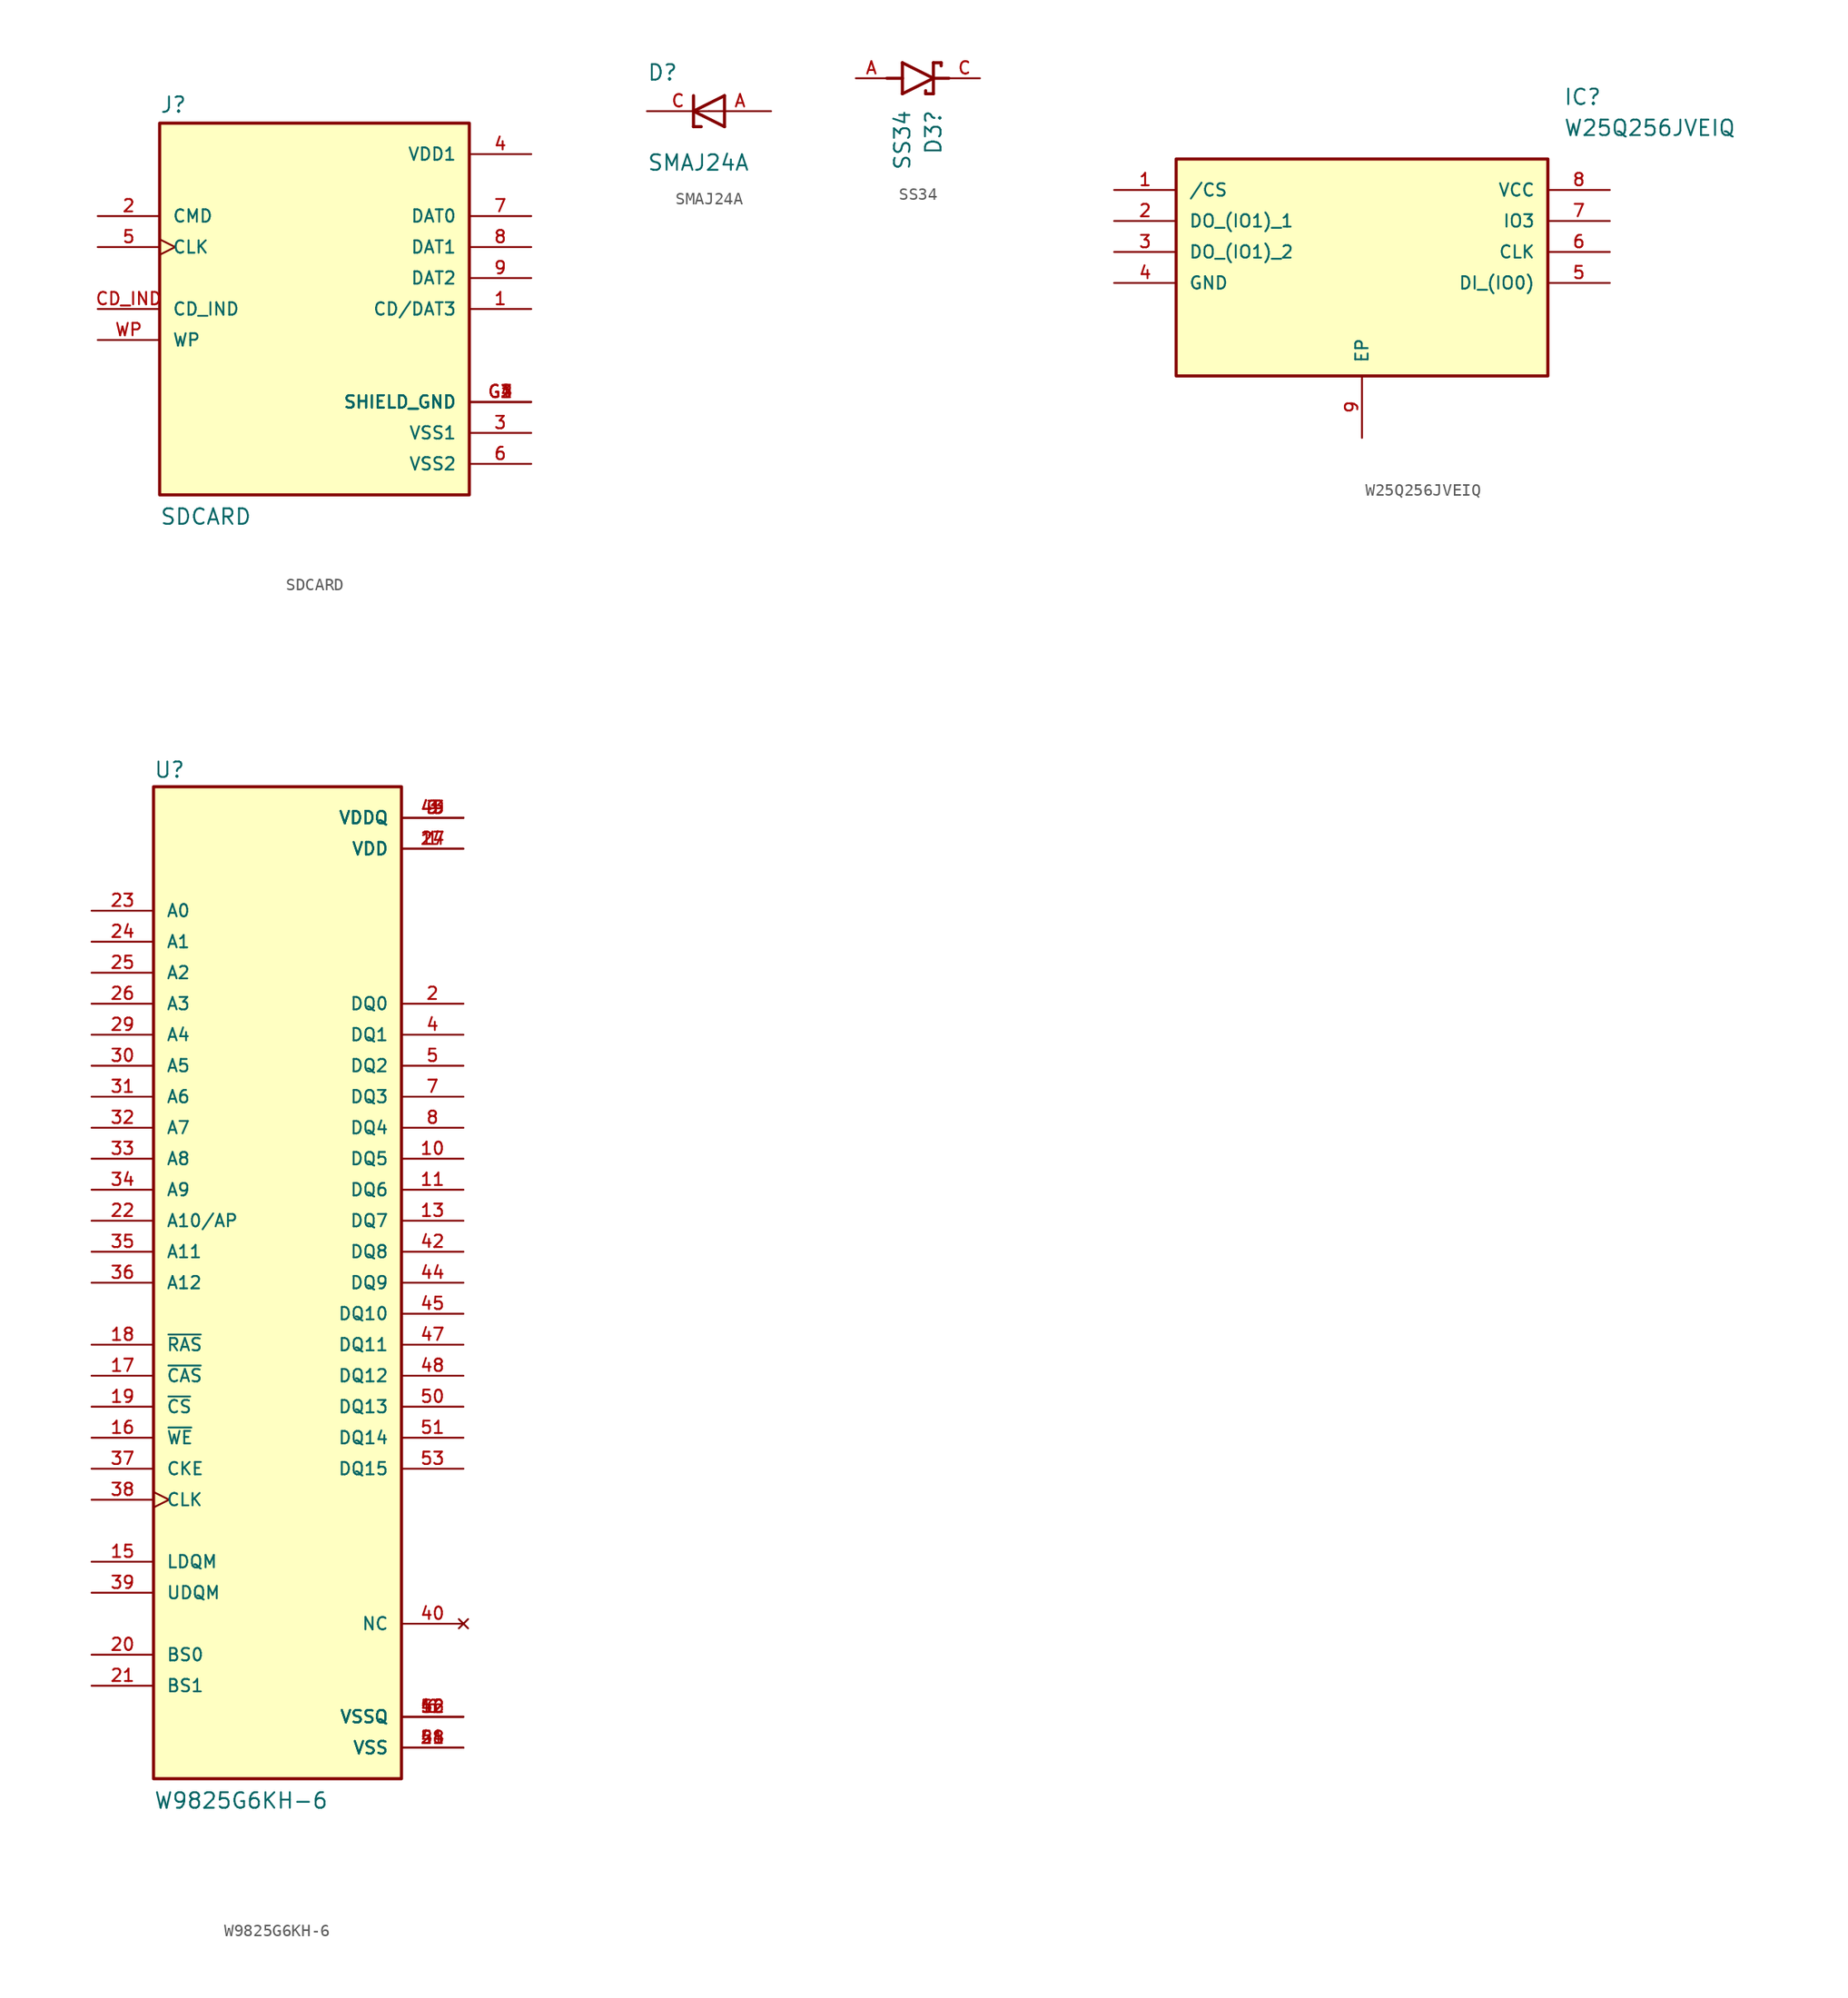
<source format=kicad_sym>
(kicad_symbol_lib
  (version 20241209)
  (generator "kicad_symbol_editor")
  (generator_version "9.0")
  (symbol "SDCARD"
    (pin_names
      (offset 1.016))
    (property "Reference" "J"
      (at -12.7 16.002 0)
      (effects (font (size 1.27 1.27)) (justify left bottom)))
    (property "Value" "SDCARD"
      (at -12.7 -17.78 0)
      (effects (font (size 1.27 1.27)) (justify left bottom)))
    (symbol "SDCARD_0_0"
      (rectangle (start -12.7 -15.24) (end 12.7 15.24) (stroke (width 0.254) (type default)) (fill (type background)))
      (pin bidirectional line (at -17.78 7.62 0) (length 5.08) (name "CMD" (effects (font (size 1.016 1.016)))) (number "2" (effects (font (size 1.016 1.016)))))
      (pin bidirectional clock (at -17.78 5.08 0) (length 5.08) (name "CLK" (effects (font (size 1.016 1.016)))) (number "5" (effects (font (size 1.016 1.016)))))
      (pin passive line (at -17.78 0 0) (length 5.08) (name "CD_IND" (effects (font (size 1.016 1.016)))) (number "CD_IND" (effects (font (size 1.016 1.016)))))
      (pin passive line (at -17.78 -2.54 0) (length 5.08) (name "WP" (effects (font (size 1.016 1.016)))) (number "WP" (effects (font (size 1.016 1.016)))))
      (pin power_in line (at 17.78 12.7 180) (length 5.08) (name "VDD1" (effects (font (size 1.016 1.016)))) (number "4" (effects (font (size 1.016 1.016)))))
      (pin bidirectional line (at 17.78 7.62 180) (length 5.08) (name "DAT0" (effects (font (size 1.016 1.016)))) (number "7" (effects (font (size 1.016 1.016)))))
      (pin bidirectional line (at 17.78 5.08 180) (length 5.08) (name "DAT1" (effects (font (size 1.016 1.016)))) (number "8" (effects (font (size 1.016 1.016)))))
      (pin bidirectional line (at 17.78 2.54 180) (length 5.08) (name "DAT2" (effects (font (size 1.016 1.016)))) (number "9" (effects (font (size 1.016 1.016)))))
      (pin bidirectional line (at 17.78 0 180) (length 5.08) (name "CD/DAT3" (effects (font (size 1.016 1.016)))) (number "1" (effects (font (size 1.016 1.016)))))
      (pin power_in line (at 17.78 -7.62 180) (length 5.08) (name "SHIELD_GND" (effects (font (size 1.016 1.016)))) (number "G1" (effects (font (size 1.016 1.016)))))
      (pin power_in line (at 17.78 -7.62 180) (length 5.08) (name "SHIELD_GND" (effects (font (size 1.016 1.016)))) (number "G2" (effects (font (size 1.016 1.016)))))
      (pin power_in line (at 17.78 -7.62 180) (length 5.08) (name "SHIELD_GND" (effects (font (size 1.016 1.016)))) (number "G3" (effects (font (size 1.016 1.016)))))
      (pin power_in line (at 17.78 -7.62 180) (length 5.08) (name "SHIELD_GND" (effects (font (size 1.016 1.016)))) (number "G4" (effects (font (size 1.016 1.016)))))
      (pin power_in line (at 17.78 -10.16 180) (length 5.08) (name "VSS1" (effects (font (size 1.016 1.016)))) (number "3" (effects (font (size 1.016 1.016)))))
      (pin power_in line (at 17.78 -12.7 180) (length 5.08) (name "VSS2" (effects (font (size 1.016 1.016)))) (number "6" (effects (font (size 1.016 1.016)))))))
  (symbol "SMAJ24A"
    (pin_names
      (offset 1.016))
    (property "Reference" "D"
      (at -5.083 2.416 0)
      (effects (font (size 1.27 1.27)) (justify left bottom)))
    (property "Value" "SMAJ24A"
      (at -5.085 -4.961 0)
      (effects (font (size 1.27 1.27)) (justify left bottom)))
    (symbol "SMAJ24A_0_0"
      (polyline (pts (xy -1.27 0) (xy -1.27 1.27)) (stroke (width 0.254) (type default)) (fill (type none)))
      (polyline (pts (xy -1.27 0) (xy 1.27 -1.27)) (stroke (width 0.254) (type default)) (fill (type none)))
      (polyline (pts (xy -1.27 -1.27) (xy -1.27 0)) (stroke (width 0.254) (type default)) (fill (type none)))
      (polyline (pts (xy -0.635 -1.27) (xy -1.27 -1.27)) (stroke (width 0.254) (type default)) (fill (type none)))
      (polyline (pts (xy 1.27 1.27) (xy -1.27 0)) (stroke (width 0.254) (type default)) (fill (type none)))
      (polyline (pts (xy 1.27 -1.27) (xy 1.27 1.27)) (stroke (width 0.254) (type default)) (fill (type none)))
      (pin passive line (at -5.08 0 0) (length 5.08) (name "~" (effects (font (size 1.016 1.016)))) (number "C" (effects (font (size 1.016 1.016)))))
      (pin passive line (at 5.08 0 180) (length 5.08) (name "~" (effects (font (size 1.016 1.016)))) (number "A" (effects (font (size 1.016 1.016)))))))
  (symbol "SS34"
    (pin_names
      (offset 1.016))
    (property "Reference" "D3"
      (at 1.27 -2.54 90)
      (effects (font (size 1.27 1.27)) (justify right)))
    (property "Value" "SS34"
      (at -1.27 -2.54 90)
      (effects (font (size 1.27 1.27)) (justify right)))
    (symbol "SS34_0_0"
      (polyline (pts (xy -2.54 0) (xy -1.27 0)) (stroke (width 0.254) (type default)) (fill (type none)))
      (polyline (pts (xy -1.27 1.27) (xy -1.27 0)) (stroke (width 0.254) (type default)) (fill (type none)))
      (polyline (pts (xy -1.27 0) (xy -1.27 -1.27)) (stroke (width 0.254) (type default)) (fill (type none)))
      (polyline (pts (xy -1.27 -1.27) (xy 1.27 0)) (stroke (width 0.254) (type default)) (fill (type none)))
      (polyline (pts (xy 0.635 -1.016) (xy 0.635 -1.27)) (stroke (width 0.254) (type default)) (fill (type none)))
      (polyline (pts (xy 1.27 1.27) (xy 1.27 0)) (stroke (width 0.254) (type default)) (fill (type none)))
      (polyline (pts (xy 1.27 0) (xy -1.27 1.27)) (stroke (width 0.254) (type default)) (fill (type none)))
      (polyline (pts (xy 1.27 0) (xy 1.27 -1.27)) (stroke (width 0.254) (type default)) (fill (type none)))
      (polyline (pts (xy 1.27 -1.27) (xy 0.635 -1.27)) (stroke (width 0.254) (type default)) (fill (type none)))
      (polyline (pts (xy 1.905 1.27) (xy 1.27 1.27)) (stroke (width 0.254) (type default)) (fill (type none)))
      (polyline (pts (xy 1.905 1.27) (xy 1.905 1.016)) (stroke (width 0.254) (type default)) (fill (type none)))
      (polyline (pts (xy 2.54 0) (xy 1.27 0)) (stroke (width 0.254) (type default)) (fill (type none)))
      (pin passive line (at -5.08 0 0) (length 2.54) (name "~" (effects (font (size 1.016 1.016)))) (number "A" (effects (font (size 1.016 1.016)))))
      (pin passive line (at 5.08 0 180) (length 2.54) (name "~" (effects (font (size 1.016 1.016)))) (number "C" (effects (font (size 1.016 1.016)))))))
  (symbol "W25Q256JVEIQ"
    (pin_names
      (offset 1.016))
    (property "Reference" "IC"
      (at 36.83 7.62 0)
      (effects (font (size 1.27 1.27)) (justify left)))
    (property "Value" "W25Q256JVEIQ"
      (at 36.83 5.08 0)
      (effects (font (size 1.27 1.27)) (justify left)))
    (symbol "W25Q256JVEIQ_0_0"
      (rectangle (start 5.08 -15.24) (end 35.56 2.54) (stroke (width 0.254) (type default)) (fill (type background)))
      (pin bidirectional line (at 0 0 0) (length 5.08) (name "/CS" (effects (font (size 1.016 1.016)))) (number "1" (effects (font (size 1.016 1.016)))))
      (pin bidirectional line (at 0 -2.54 0) (length 5.08) (name "DO_(IO1)_1" (effects (font (size 1.016 1.016)))) (number "2" (effects (font (size 1.016 1.016)))))
      (pin bidirectional line (at 0 -5.08 0) (length 5.08) (name "DO_(IO1)_2" (effects (font (size 1.016 1.016)))) (number "3" (effects (font (size 1.016 1.016)))))
      (pin bidirectional line (at 0 -7.62 0) (length 5.08) (name "GND" (effects (font (size 1.016 1.016)))) (number "4" (effects (font (size 1.016 1.016)))))
      (pin bidirectional line (at 20.32 -20.32 90) (length 5.08) (name "EP" (effects (font (size 1.016 1.016)))) (number "9" (effects (font (size 1.016 1.016)))))
      (pin bidirectional line (at 40.64 0 180) (length 5.08) (name "VCC" (effects (font (size 1.016 1.016)))) (number "8" (effects (font (size 1.016 1.016)))))
      (pin bidirectional line (at 40.64 -2.54 180) (length 5.08) (name "IO3" (effects (font (size 1.016 1.016)))) (number "7" (effects (font (size 1.016 1.016)))))
      (pin bidirectional line (at 40.64 -5.08 180) (length 5.08) (name "CLK" (effects (font (size 1.016 1.016)))) (number "6" (effects (font (size 1.016 1.016)))))
      (pin bidirectional line (at 40.64 -7.62 180) (length 5.08) (name "DI_(IO0)" (effects (font (size 1.016 1.016)))) (number "5" (effects (font (size 1.016 1.016)))))))
  (symbol "W9825G6KH-6"
    (pin_names
      (offset 1.016))
    (property "Reference" "U"
      (at -10.16 41.275 0)
      (effects (font (size 1.27 1.27)) (justify left bottom)))
    (property "Value" "W9825G6KH-6"
      (at -10.16 -43.18 0)
      (effects (font (size 1.27 1.27)) (justify left bottom)))
    (symbol "W9825G6KH-6_0_0"
      (rectangle (start -10.16 -40.64) (end 10.16 40.64) (stroke (width 0.254) (type default)) (fill (type background)))
      (pin input line (at -15.24 30.48 0) (length 5.08) (name "A0" (effects (font (size 1.016 1.016)))) (number "23" (effects (font (size 1.016 1.016)))))
      (pin input line (at -15.24 27.94 0) (length 5.08) (name "A1" (effects (font (size 1.016 1.016)))) (number "24" (effects (font (size 1.016 1.016)))))
      (pin input line (at -15.24 25.4 0) (length 5.08) (name "A2" (effects (font (size 1.016 1.016)))) (number "25" (effects (font (size 1.016 1.016)))))
      (pin input line (at -15.24 22.86 0) (length 5.08) (name "A3" (effects (font (size 1.016 1.016)))) (number "26" (effects (font (size 1.016 1.016)))))
      (pin input line (at -15.24 20.32 0) (length 5.08) (name "A4" (effects (font (size 1.016 1.016)))) (number "29" (effects (font (size 1.016 1.016)))))
      (pin input line (at -15.24 17.78 0) (length 5.08) (name "A5" (effects (font (size 1.016 1.016)))) (number "30" (effects (font (size 1.016 1.016)))))
      (pin input line (at -15.24 15.24 0) (length 5.08) (name "A6" (effects (font (size 1.016 1.016)))) (number "31" (effects (font (size 1.016 1.016)))))
      (pin input line (at -15.24 12.7 0) (length 5.08) (name "A7" (effects (font (size 1.016 1.016)))) (number "32" (effects (font (size 1.016 1.016)))))
      (pin input line (at -15.24 10.16 0) (length 5.08) (name "A8" (effects (font (size 1.016 1.016)))) (number "33" (effects (font (size 1.016 1.016)))))
      (pin input line (at -15.24 7.62 0) (length 5.08) (name "A9" (effects (font (size 1.016 1.016)))) (number "34" (effects (font (size 1.016 1.016)))))
      (pin input line (at -15.24 5.08 0) (length 5.08) (name "A10/AP" (effects (font (size 1.016 1.016)))) (number "22" (effects (font (size 1.016 1.016)))))
      (pin input line (at -15.24 2.54 0) (length 5.08) (name "A11" (effects (font (size 1.016 1.016)))) (number "35" (effects (font (size 1.016 1.016)))))
      (pin input line (at -15.24 0 0) (length 5.08) (name "A12" (effects (font (size 1.016 1.016)))) (number "36" (effects (font (size 1.016 1.016)))))
      (pin input line (at -15.24 -5.08 0) (length 5.08) (name "~{RAS}" (effects (font (size 1.016 1.016)))) (number "18" (effects (font (size 1.016 1.016)))))
      (pin input line (at -15.24 -7.62 0) (length 5.08) (name "~{CAS}" (effects (font (size 1.016 1.016)))) (number "17" (effects (font (size 1.016 1.016)))))
      (pin input line (at -15.24 -10.16 0) (length 5.08) (name "~{CS}" (effects (font (size 1.016 1.016)))) (number "19" (effects (font (size 1.016 1.016)))))
      (pin input line (at -15.24 -12.7 0) (length 5.08) (name "~{WE}" (effects (font (size 1.016 1.016)))) (number "16" (effects (font (size 1.016 1.016)))))
      (pin input line (at -15.24 -15.24 0) (length 5.08) (name "CKE" (effects (font (size 1.016 1.016)))) (number "37" (effects (font (size 1.016 1.016)))))
      (pin input clock (at -15.24 -17.78 0) (length 5.08) (name "CLK" (effects (font (size 1.016 1.016)))) (number "38" (effects (font (size 1.016 1.016)))))
      (pin input line (at -15.24 -22.86 0) (length 5.08) (name "LDQM" (effects (font (size 1.016 1.016)))) (number "15" (effects (font (size 1.016 1.016)))))
      (pin input line (at -15.24 -25.4 0) (length 5.08) (name "UDQM" (effects (font (size 1.016 1.016)))) (number "39" (effects (font (size 1.016 1.016)))))
      (pin input line (at -15.24 -30.48 0) (length 5.08) (name "BS0" (effects (font (size 1.016 1.016)))) (number "20" (effects (font (size 1.016 1.016)))))
      (pin input line (at -15.24 -33.02 0) (length 5.08) (name "BS1" (effects (font (size 1.016 1.016)))) (number "21" (effects (font (size 1.016 1.016)))))
      (pin power_in line (at 15.24 38.1 180) (length 5.08) (name "VDDQ" (effects (font (size 1.016 1.016)))) (number "3" (effects (font (size 1.016 1.016)))))
      (pin power_in line (at 15.24 38.1 180) (length 5.08) (name "VDDQ" (effects (font (size 1.016 1.016)))) (number "43" (effects (font (size 1.016 1.016)))))
      (pin power_in line (at 15.24 38.1 180) (length 5.08) (name "VDDQ" (effects (font (size 1.016 1.016)))) (number "49" (effects (font (size 1.016 1.016)))))
      (pin power_in line (at 15.24 38.1 180) (length 5.08) (name "VDDQ" (effects (font (size 1.016 1.016)))) (number "9" (effects (font (size 1.016 1.016)))))
      (pin power_in line (at 15.24 35.56 180) (length 5.08) (name "VDD" (effects (font (size 1.016 1.016)))) (number "1" (effects (font (size 1.016 1.016)))))
      (pin power_in line (at 15.24 35.56 180) (length 5.08) (name "VDD" (effects (font (size 1.016 1.016)))) (number "14" (effects (font (size 1.016 1.016)))))
      (pin power_in line (at 15.24 35.56 180) (length 5.08) (name "VDD" (effects (font (size 1.016 1.016)))) (number "27" (effects (font (size 1.016 1.016)))))
      (pin bidirectional line (at 15.24 22.86 180) (length 5.08) (name "DQ0" (effects (font (size 1.016 1.016)))) (number "2" (effects (font (size 1.016 1.016)))))
      (pin bidirectional line (at 15.24 20.32 180) (length 5.08) (name "DQ1" (effects (font (size 1.016 1.016)))) (number "4" (effects (font (size 1.016 1.016)))))
      (pin bidirectional line (at 15.24 17.78 180) (length 5.08) (name "DQ2" (effects (font (size 1.016 1.016)))) (number "5" (effects (font (size 1.016 1.016)))))
      (pin bidirectional line (at 15.24 15.24 180) (length 5.08) (name "DQ3" (effects (font (size 1.016 1.016)))) (number "7" (effects (font (size 1.016 1.016)))))
      (pin bidirectional line (at 15.24 12.7 180) (length 5.08) (name "DQ4" (effects (font (size 1.016 1.016)))) (number "8" (effects (font (size 1.016 1.016)))))
      (pin bidirectional line (at 15.24 10.16 180) (length 5.08) (name "DQ5" (effects (font (size 1.016 1.016)))) (number "10" (effects (font (size 1.016 1.016)))))
      (pin bidirectional line (at 15.24 7.62 180) (length 5.08) (name "DQ6" (effects (font (size 1.016 1.016)))) (number "11" (effects (font (size 1.016 1.016)))))
      (pin bidirectional line (at 15.24 5.08 180) (length 5.08) (name "DQ7" (effects (font (size 1.016 1.016)))) (number "13" (effects (font (size 1.016 1.016)))))
      (pin bidirectional line (at 15.24 2.54 180) (length 5.08) (name "DQ8" (effects (font (size 1.016 1.016)))) (number "42" (effects (font (size 1.016 1.016)))))
      (pin bidirectional line (at 15.24 0 180) (length 5.08) (name "DQ9" (effects (font (size 1.016 1.016)))) (number "44" (effects (font (size 1.016 1.016)))))
      (pin bidirectional line (at 15.24 -2.54 180) (length 5.08) (name "DQ10" (effects (font (size 1.016 1.016)))) (number "45" (effects (font (size 1.016 1.016)))))
      (pin bidirectional line (at 15.24 -5.08 180) (length 5.08) (name "DQ11" (effects (font (size 1.016 1.016)))) (number "47" (effects (font (size 1.016 1.016)))))
      (pin bidirectional line (at 15.24 -7.62 180) (length 5.08) (name "DQ12" (effects (font (size 1.016 1.016)))) (number "48" (effects (font (size 1.016 1.016)))))
      (pin bidirectional line (at 15.24 -10.16 180) (length 5.08) (name "DQ13" (effects (font (size 1.016 1.016)))) (number "50" (effects (font (size 1.016 1.016)))))
      (pin bidirectional line (at 15.24 -12.7 180) (length 5.08) (name "DQ14" (effects (font (size 1.016 1.016)))) (number "51" (effects (font (size 1.016 1.016)))))
      (pin bidirectional line (at 15.24 -15.24 180) (length 5.08) (name "DQ15" (effects (font (size 1.016 1.016)))) (number "53" (effects (font (size 1.016 1.016)))))
      (pin no_connect line (at 15.24 -27.94 180) (length 5.08) (name "NC" (effects (font (size 1.016 1.016)))) (number "40" (effects (font (size 1.016 1.016)))))
      (pin power_in line (at 15.24 -35.56 180) (length 5.08) (name "VSSQ" (effects (font (size 1.016 1.016)))) (number "12" (effects (font (size 1.016 1.016)))))
      (pin power_in line (at 15.24 -35.56 180) (length 5.08) (name "VSSQ" (effects (font (size 1.016 1.016)))) (number "46" (effects (font (size 1.016 1.016)))))
      (pin power_in line (at 15.24 -35.56 180) (length 5.08) (name "VSSQ" (effects (font (size 1.016 1.016)))) (number "52" (effects (font (size 1.016 1.016)))))
      (pin power_in line (at 15.24 -35.56 180) (length 5.08) (name "VSSQ" (effects (font (size 1.016 1.016)))) (number "6" (effects (font (size 1.016 1.016)))))
      (pin power_in line (at 15.24 -38.1 180) (length 5.08) (name "VSS" (effects (font (size 1.016 1.016)))) (number "28" (effects (font (size 1.016 1.016)))))
      (pin power_in line (at 15.24 -38.1 180) (length 5.08) (name "VSS" (effects (font (size 1.016 1.016)))) (number "41" (effects (font (size 1.016 1.016)))))
      (pin power_in line (at 15.24 -38.1 180) (length 5.08) (name "VSS" (effects (font (size 1.016 1.016)))) (number "54" (effects (font (size 1.016 1.016))))))))
</source>
